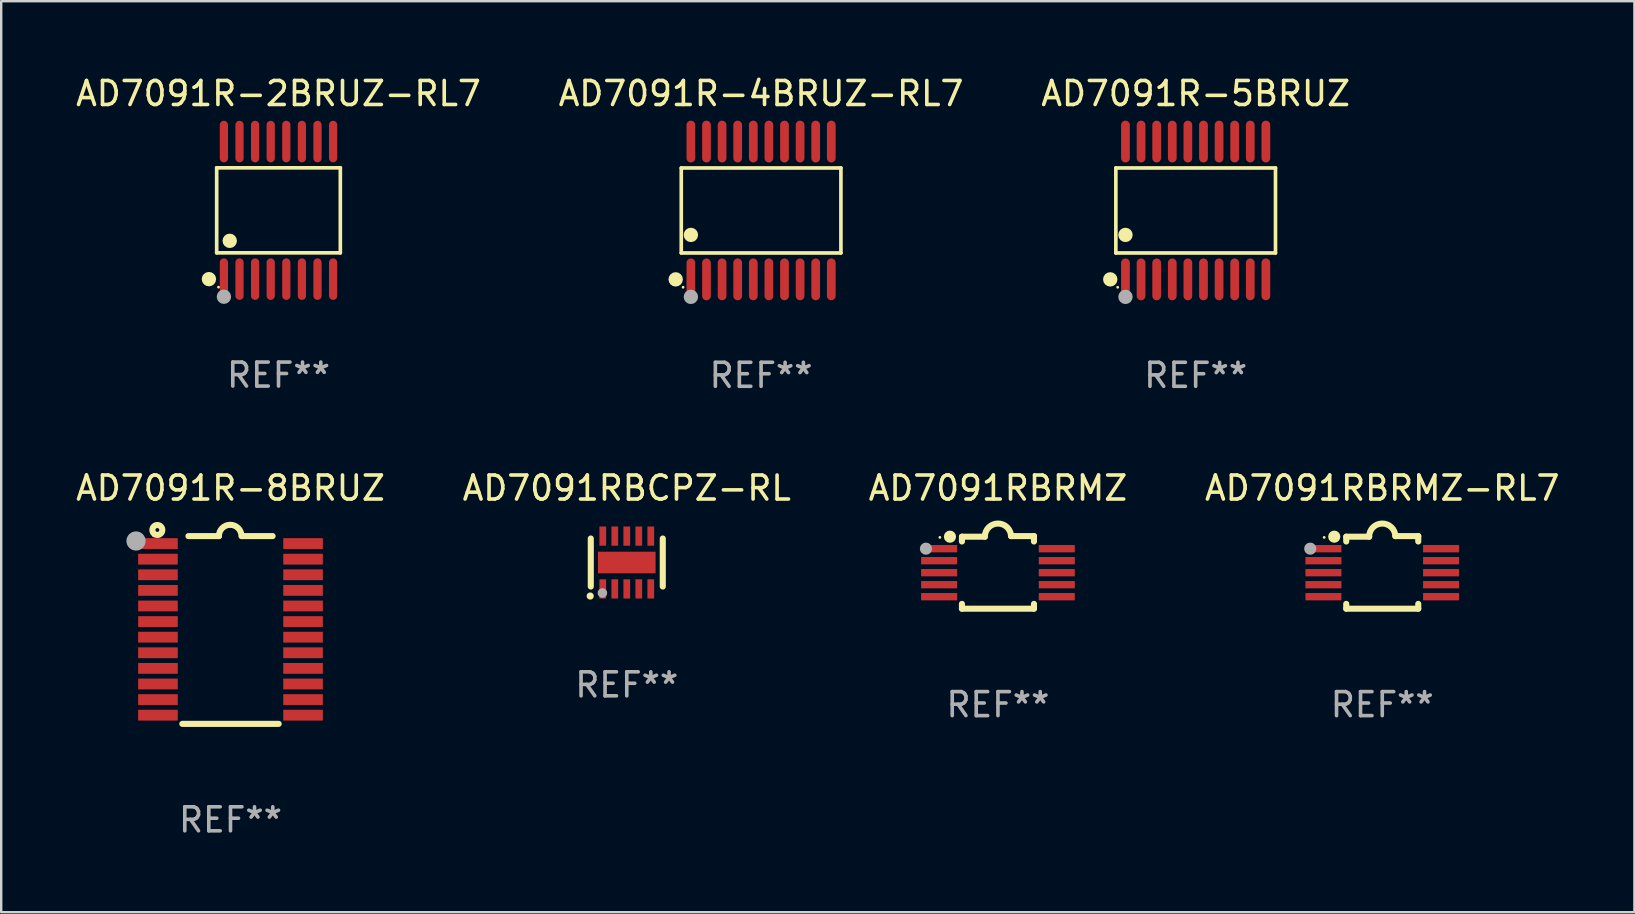
<source format=kicad_pcb>
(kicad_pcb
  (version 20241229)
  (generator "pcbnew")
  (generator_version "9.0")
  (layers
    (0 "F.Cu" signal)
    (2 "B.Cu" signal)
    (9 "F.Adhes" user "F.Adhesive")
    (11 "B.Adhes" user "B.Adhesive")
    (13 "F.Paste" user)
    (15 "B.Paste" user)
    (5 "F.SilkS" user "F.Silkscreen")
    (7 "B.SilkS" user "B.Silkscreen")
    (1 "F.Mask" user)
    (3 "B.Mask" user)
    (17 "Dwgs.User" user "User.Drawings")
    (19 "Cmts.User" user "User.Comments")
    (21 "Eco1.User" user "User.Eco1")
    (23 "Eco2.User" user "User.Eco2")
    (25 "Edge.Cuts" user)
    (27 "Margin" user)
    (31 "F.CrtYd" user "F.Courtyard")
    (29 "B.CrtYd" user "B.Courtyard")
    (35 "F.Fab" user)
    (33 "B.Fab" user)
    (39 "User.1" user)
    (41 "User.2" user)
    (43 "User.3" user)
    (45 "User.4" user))
  (footprint "AD7091R-5BRUZ"
    (layer "F.Cu")
    (at 46.768 5.719)
    (property "Reference" "AD7091R-5BRUZ" (at 0 -4.871 0) (layer "F.SilkS") (effects (font (size 1 1) (thickness 0.15))))
    (attr through_hole)
    (fp_line (start -3.326 -1.771) (end 3.326 -1.771) (stroke (width 0.152) (type solid)) (layer "F.SilkS"))
    (fp_line (start -3.326 1.771) (end -3.326 -1.771) (stroke (width 0.152) (type solid)) (layer "F.SilkS"))
    (fp_line (start 3.326 -1.771) (end 3.326 1.771) (stroke (width 0.152) (type solid)) (layer "F.SilkS"))
    (fp_line (start 3.326 1.771) (end -3.326 1.771) (stroke (width 0.152) (type solid)) (layer "F.SilkS"))
    (fp_circle (center -3.559 2.871) (end -3.409 2.871) (stroke (width 0.3) (type solid)) (fill no) (layer "F.SilkS"))
    (fp_circle (center -3.25 3.2) (end -3.22 3.2) (stroke (width 0.06) (type solid)) (fill no) (layer "F.SilkS"))
    (fp_circle (center -2.925 1.019) (end -2.775 1.019) (stroke (width 0.3) (type solid)) (fill no) (layer "F.SilkS"))
    (fp_circle (center -2.925 3.6) (end -2.775 3.6) (stroke (width 0.3) (type solid)) (fill no) (layer "F.Fab"))
    (fp_text user "REF**" (at 0 6.871 0) (layer "F.Fab") (effects (font (size 1 1) (thickness 0.15))))
    (pad "1" smd oval (at -2.925 2.871) (size 0.364 1.742) (layers "F.Cu" "F.Mask" "F.Paste"))
    (pad "2" smd oval (at -2.275 2.871) (size 0.364 1.742) (layers "F.Cu" "F.Mask" "F.Paste"))
    (pad "3" smd oval (at -1.625 2.871) (size 0.364 1.742) (layers "F.Cu" "F.Mask" "F.Paste"))
    (pad "4" smd oval (at -0.975 2.871) (size 0.364 1.742) (layers "F.Cu" "F.Mask" "F.Paste"))
    (pad "5" smd oval (at -0.325 2.871) (size 0.364 1.742) (layers "F.Cu" "F.Mask" "F.Paste"))
    (pad "6" smd oval (at 0.325 2.871) (size 0.364 1.742) (layers "F.Cu" "F.Mask" "F.Paste"))
    (pad "7" smd oval (at 0.975 2.871) (size 0.364 1.742) (layers "F.Cu" "F.Mask" "F.Paste"))
    (pad "8" smd oval (at 1.625 2.871) (size 0.364 1.742) (layers "F.Cu" "F.Mask" "F.Paste"))
    (pad "9" smd oval (at 2.275 2.871) (size 0.364 1.742) (layers "F.Cu" "F.Mask" "F.Paste"))
    (pad "10" smd oval (at 2.925 2.871) (size 0.364 1.742) (layers "F.Cu" "F.Mask" "F.Paste"))
    (pad "11" smd oval (at 2.925 -2.871) (size 0.364 1.742) (layers "F.Cu" "F.Mask" "F.Paste"))
    (pad "12" smd oval (at 2.275 -2.871) (size 0.364 1.742) (layers "F.Cu" "F.Mask" "F.Paste"))
    (pad "13" smd oval (at 1.625 -2.871) (size 0.364 1.742) (layers "F.Cu" "F.Mask" "F.Paste"))
    (pad "14" smd oval (at 0.975 -2.871) (size 0.364 1.742) (layers "F.Cu" "F.Mask" "F.Paste"))
    (pad "15" smd oval (at 0.325 -2.871) (size 0.364 1.742) (layers "F.Cu" "F.Mask" "F.Paste"))
    (pad "16" smd oval (at -0.325 -2.871) (size 0.364 1.742) (layers "F.Cu" "F.Mask" "F.Paste"))
    (pad "17" smd oval (at -0.975 -2.871) (size 0.364 1.742) (layers "F.Cu" "F.Mask" "F.Paste"))
    (pad "18" smd oval (at -1.625 -2.871) (size 0.364 1.742) (layers "F.Cu" "F.Mask" "F.Paste"))
    (pad "19" smd oval (at -2.275 -2.871) (size 0.364 1.742) (layers "F.Cu" "F.Mask" "F.Paste"))
    (pad "20" smd oval (at -2.925 -2.871) (size 0.364 1.742) (layers "F.Cu" "F.Mask" "F.Paste")))
  (footprint "AD7091R-4BRUZ-RL7"
    (layer "F.Cu")
    (at 28.661 5.719)
    (property "Reference" "AD7091R-4BRUZ-RL7" (at 0 -4.871 0) (layer "F.SilkS") (effects (font (size 1 1) (thickness 0.15))))
    (attr through_hole)
    (fp_line (start -3.326 -1.771) (end 3.326 -1.771) (stroke (width 0.152) (type solid)) (layer "F.SilkS"))
    (fp_line (start -3.326 1.771) (end -3.326 -1.771) (stroke (width 0.152) (type solid)) (layer "F.SilkS"))
    (fp_line (start 3.326 -1.771) (end 3.326 1.771) (stroke (width 0.152) (type solid)) (layer "F.SilkS"))
    (fp_line (start 3.326 1.771) (end -3.326 1.771) (stroke (width 0.152) (type solid)) (layer "F.SilkS"))
    (fp_circle (center -3.559 2.871) (end -3.409 2.871) (stroke (width 0.3) (type solid)) (fill no) (layer "F.SilkS"))
    (fp_circle (center -3.25 3.2) (end -3.22 3.2) (stroke (width 0.06) (type solid)) (fill no) (layer "F.SilkS"))
    (fp_circle (center -2.925 1.019) (end -2.775 1.019) (stroke (width 0.3) (type solid)) (fill no) (layer "F.SilkS"))
    (fp_circle (center -2.925 3.6) (end -2.775 3.6) (stroke (width 0.3) (type solid)) (fill no) (layer "F.Fab"))
    (fp_text user "REF**" (at 0 6.871 0) (layer "F.Fab") (effects (font (size 1 1) (thickness 0.15))))
    (pad "1" smd oval (at -2.925 2.871) (size 0.364 1.742) (layers "F.Cu" "F.Mask" "F.Paste"))
    (pad "2" smd oval (at -2.275 2.871) (size 0.364 1.742) (layers "F.Cu" "F.Mask" "F.Paste"))
    (pad "3" smd oval (at -1.625 2.871) (size 0.364 1.742) (layers "F.Cu" "F.Mask" "F.Paste"))
    (pad "4" smd oval (at -0.975 2.871) (size 0.364 1.742) (layers "F.Cu" "F.Mask" "F.Paste"))
    (pad "5" smd oval (at -0.325 2.871) (size 0.364 1.742) (layers "F.Cu" "F.Mask" "F.Paste"))
    (pad "6" smd oval (at 0.325 2.871) (size 0.364 1.742) (layers "F.Cu" "F.Mask" "F.Paste"))
    (pad "7" smd oval (at 0.975 2.871) (size 0.364 1.742) (layers "F.Cu" "F.Mask" "F.Paste"))
    (pad "8" smd oval (at 1.625 2.871) (size 0.364 1.742) (layers "F.Cu" "F.Mask" "F.Paste"))
    (pad "9" smd oval (at 2.275 2.871) (size 0.364 1.742) (layers "F.Cu" "F.Mask" "F.Paste"))
    (pad "10" smd oval (at 2.925 2.871) (size 0.364 1.742) (layers "F.Cu" "F.Mask" "F.Paste"))
    (pad "11" smd oval (at 2.925 -2.871) (size 0.364 1.742) (layers "F.Cu" "F.Mask" "F.Paste"))
    (pad "12" smd oval (at 2.275 -2.871) (size 0.364 1.742) (layers "F.Cu" "F.Mask" "F.Paste"))
    (pad "13" smd oval (at 1.625 -2.871) (size 0.364 1.742) (layers "F.Cu" "F.Mask" "F.Paste"))
    (pad "14" smd oval (at 0.975 -2.871) (size 0.364 1.742) (layers "F.Cu" "F.Mask" "F.Paste"))
    (pad "15" smd oval (at 0.325 -2.871) (size 0.364 1.742) (layers "F.Cu" "F.Mask" "F.Paste"))
    (pad "16" smd oval (at -0.325 -2.871) (size 0.364 1.742) (layers "F.Cu" "F.Mask" "F.Paste"))
    (pad "17" smd oval (at -0.975 -2.871) (size 0.364 1.742) (layers "F.Cu" "F.Mask" "F.Paste"))
    (pad "18" smd oval (at -1.625 -2.871) (size 0.364 1.742) (layers "F.Cu" "F.Mask" "F.Paste"))
    (pad "19" smd oval (at -2.275 -2.871) (size 0.364 1.742) (layers "F.Cu" "F.Mask" "F.Paste"))
    (pad "20" smd oval (at -2.925 -2.871) (size 0.364 1.742) (layers "F.Cu" "F.Mask" "F.Paste")))
  (footprint "AD7091R-8BRUZ"
    (layer "F.Cu")
    (at 6.554 23.198)
    (property "Reference" "AD7091R-8BRUZ" (at 0 -5.912 0) (layer "F.SilkS") (effects (font (size 1 1) (thickness 0.15))))
    (attr through_hole)
    (fp_line (start -1.753 -3.912) (end -0.483 -3.912) (stroke (width 0.254) (type solid)) (layer "F.SilkS"))
    (fp_line (start 0.483 -3.912) (end 1.753 -3.912) (stroke (width 0.254) (type solid)) (layer "F.SilkS"))
    (fp_line (start 2.007 3.912) (end -2.007 3.912) (stroke (width 0.254) (type solid)) (layer "F.SilkS"))
    (fp_arc (start -0.482626 -3.911608) (mid -0.012725 -4.381509) (end 0.457176 -3.911608) (stroke (width 0.254001) (type solid)) (layer "F.SilkS"))
    (fp_circle (center -3.2 -3.925) (end -3.17 -3.925) (stroke (width 0.06) (type solid)) (fill no) (layer "F.SilkS"))
    (fp_circle (center -3.048 -4.166) (end -2.968 -4.166) (stroke (width 0.254) (type solid)) (fill no) (layer "F.SilkS"))
    (fp_circle (center -3.937 -3.708) (end -3.737 -3.708) (stroke (width 0.4) (type solid)) (fill no) (layer "F.Fab"))
    (fp_text user "REF**" (at 0 7.912 0) (layer "F.Fab") (effects (font (size 1 1) (thickness 0.15))))
    (pad "1" smd rect (at -3.023 -3.6) (size 1.65 0.45) (layers "F.Cu" "F.Mask" "F.Paste"))
    (pad "2" smd rect (at -3.023 -2.95) (size 1.65 0.45) (layers "F.Cu" "F.Mask" "F.Paste"))
    (pad "3" smd rect (at -3.023 -2.3) (size 1.65 0.45) (layers "F.Cu" "F.Mask" "F.Paste"))
    (pad "4" smd rect (at -3.023 -1.65) (size 1.65 0.45) (layers "F.Cu" "F.Mask" "F.Paste"))
    (pad "5" smd rect (at -3.023 -1) (size 1.65 0.45) (layers "F.Cu" "F.Mask" "F.Paste"))
    (pad "6" smd rect (at -3.023 -0.35) (size 1.65 0.45) (layers "F.Cu" "F.Mask" "F.Paste"))
    (pad "7" smd rect (at -3.023 0.3) (size 1.65 0.45) (layers "F.Cu" "F.Mask" "F.Paste"))
    (pad "8" smd rect (at -3.023 0.95) (size 1.65 0.45) (layers "F.Cu" "F.Mask" "F.Paste"))
    (pad "9" smd rect (at -3.023 1.6) (size 1.65 0.45) (layers "F.Cu" "F.Mask" "F.Paste"))
    (pad "10" smd rect (at -3.023 2.25) (size 1.65 0.45) (layers "F.Cu" "F.Mask" "F.Paste"))
    (pad "11" smd rect (at -3.023 2.9) (size 1.65 0.45) (layers "F.Cu" "F.Mask" "F.Paste"))
    (pad "12" smd rect (at -3.023 3.55) (size 1.65 0.45) (layers "F.Cu" "F.Mask" "F.Paste"))
    (pad "13" smd rect (at 3.023 3.55) (size 1.65 0.45) (layers "F.Cu" "F.Mask" "F.Paste"))
    (pad "14" smd rect (at 3.023 2.9) (size 1.65 0.45) (layers "F.Cu" "F.Mask" "F.Paste"))
    (pad "15" smd rect (at 3.023 2.25) (size 1.65 0.45) (layers "F.Cu" "F.Mask" "F.Paste"))
    (pad "16" smd rect (at 3.023 1.6) (size 1.65 0.45) (layers "F.Cu" "F.Mask" "F.Paste"))
    (pad "17" smd rect (at 3.023 0.95) (size 1.65 0.45) (layers "F.Cu" "F.Mask" "F.Paste"))
    (pad "18" smd rect (at 3.023 0.3) (size 1.65 0.45) (layers "F.Cu" "F.Mask" "F.Paste"))
    (pad "19" smd rect (at 3.023 -0.35) (size 1.65 0.45) (layers "F.Cu" "F.Mask" "F.Paste"))
    (pad "20" smd rect (at 3.023 -1) (size 1.65 0.45) (layers "F.Cu" "F.Mask" "F.Paste"))
    (pad "21" smd rect (at 3.023 -1.65) (size 1.65 0.45) (layers "F.Cu" "F.Mask" "F.Paste"))
    (pad "22" smd rect (at 3.023 -2.3) (size 1.65 0.45) (layers "F.Cu" "F.Mask" "F.Paste"))
    (pad "23" smd rect (at 3.023 -2.95) (size 1.65 0.45) (layers "F.Cu" "F.Mask" "F.Paste"))
    (pad "24" smd rect (at 3.023 -3.6) (size 1.65 0.45) (layers "F.Cu" "F.Mask" "F.Paste")))
  (footprint "AD7091RBCPZ-RL"
    (layer "F.Cu")
    (at 23.065 20.387)
    (property "Reference" "AD7091RBCPZ-RL" (at 0 -3.1 0) (layer "F.SilkS") (effects (font (size 1 1) (thickness 0.15))))
    (attr through_hole)
    (fp_line (start -1.5 -1) (end -1.5 1) (stroke (width 0.254) (type solid)) (layer "F.SilkS"))
    (fp_line (start 1.5 -1) (end 1.5 1) (stroke (width 0.254) (type solid)) (layer "F.SilkS"))
    (fp_circle (center -1.524 1.397) (end -1.449 1.397) (stroke (width 0.15) (type solid)) (fill no) (layer "F.SilkS"))
    (fp_circle (center -1.5 1) (end -1.47 1) (stroke (width 0.06) (type solid)) (fill no) (layer "F.SilkS"))
    (fp_circle (center -1.016 1.27) (end -0.916 1.27) (stroke (width 0.2) (type solid)) (fill no) (layer "F.Fab"))
    (fp_text user "REF**" (at 0 5.1 0) (layer "F.Fab") (effects (font (size 1 1) (thickness 0.15))))
    (pad "1" smd rect (at -1 1.1) (size 0.28 0.8) (layers "F.Cu" "F.Mask" "F.Paste"))
    (pad "2" smd rect (at -0.5 1.1) (size 0.28 0.8) (layers "F.Cu" "F.Mask" "F.Paste"))
    (pad "3" smd rect (at 0 1.1) (size 0.28 0.8) (layers "F.Cu" "F.Mask" "F.Paste"))
    (pad "4" smd rect (at 0.5 1.1) (size 0.28 0.8) (layers "F.Cu" "F.Mask" "F.Paste"))
    (pad "5" smd rect (at 1 1.1) (size 0.28 0.8) (layers "F.Cu" "F.Mask" "F.Paste"))
    (pad "6" smd rect (at 1 -1.1) (size 0.28 0.8) (layers "F.Cu" "F.Mask" "F.Paste"))
    (pad "7" smd rect (at 0.5 -1.1) (size 0.28 0.8) (layers "F.Cu" "F.Mask" "F.Paste"))
    (pad "8" smd rect (at 0 -1.1) (size 0.28 0.8) (layers "F.Cu" "F.Mask" "F.Paste"))
    (pad "9" smd rect (at -0.5 -1.1) (size 0.28 0.8) (layers "F.Cu" "F.Mask" "F.Paste"))
    (pad "10" smd rect (at -1 -1.1) (size 0.28 0.8) (layers "F.Cu" "F.Mask" "F.Paste"))
    (pad "11" smd rect (at 0 -0.000127) (size 2.4 0.9) (layers "F.Cu" "F.Mask" "F.Paste")))
  (footprint "AD7091RBRMZ"
    (layer "F.Cu")
    (at 38.53 20.799)
    (property "Reference" "AD7091RBRMZ" (at 0 -3.512 0) (layer "F.SilkS") (effects (font (size 1 1) (thickness 0.15))))
    (attr through_hole)
    (fp_line (start -1.5 -1.288) (end -1.5 -1.487) (stroke (width 0.254) (type solid)) (layer "F.SilkS"))
    (fp_line (start -1.5 1.512) (end -1.5 1.312) (stroke (width 0.254) (type solid)) (layer "F.SilkS"))
    (fp_line (start -0.546 -1.487) (end -1.5 -1.487) (stroke (width 0.254) (type solid)) (layer "F.SilkS"))
    (fp_line (start 1.5 -1.512) (end 0.546 -1.512) (stroke (width 0.254) (type solid)) (layer "F.SilkS"))
    (fp_line (start 1.5 -1.288) (end 1.5 -1.512) (stroke (width 0.254) (type solid)) (layer "F.SilkS"))
    (fp_line (start 1.5 1.512) (end -1.5 1.512) (stroke (width 0.254) (type solid)) (layer "F.SilkS"))
    (fp_line (start 1.5 1.512) (end 1.5 1.312) (stroke (width 0.254) (type solid)) (layer "F.SilkS"))
    (fp_arc (start -0.546151 -1.486601) (mid -0.01246 -2.032889) (end 0.54605 -1.512002) (stroke (width 0.254001) (type solid)) (layer "F.SilkS"))
    (fp_circle (center -2.42 -1.458) (end -2.39 -1.458) (stroke (width 0.06) (type solid)) (fill no) (layer "F.SilkS"))
    (fp_circle (center -2 -1.488) (end -1.873 -1.488) (stroke (width 0.254) (type solid)) (fill no) (layer "F.SilkS"))
    (fp_circle (center -3 -0.988) (end -2.873 -0.988) (stroke (width 0.254) (type solid)) (fill no) (layer "F.Fab"))
    (fp_text user "REF**" (at 0 5.512 0) (layer "F.Fab") (effects (font (size 1 1) (thickness 0.15))))
    (pad "1" smd rect (at -2.451 -0.988) (size 1.5 0.305) (layers "F.Cu" "F.Mask" "F.Paste"))
    (pad "2" smd rect (at -2.451 -0.488) (size 1.5 0.305) (layers "F.Cu" "F.Mask" "F.Paste"))
    (pad "3" smd rect (at -2.451 0.012) (size 1.5 0.305) (layers "F.Cu" "F.Mask" "F.Paste"))
    (pad "4" smd rect (at -2.451 0.512) (size 1.5 0.305) (layers "F.Cu" "F.Mask" "F.Paste"))
    (pad "5" smd rect (at -2.451 1.012) (size 1.5 0.305) (layers "F.Cu" "F.Mask" "F.Paste"))
    (pad "6" smd rect (at 2.451 1.012) (size 1.5 0.305) (layers "F.Cu" "F.Mask" "F.Paste"))
    (pad "7" smd rect (at 2.451 0.512) (size 1.5 0.305) (layers "F.Cu" "F.Mask" "F.Paste"))
    (pad "8" smd rect (at 2.451 0.012) (size 1.5 0.305) (layers "F.Cu" "F.Mask" "F.Paste"))
    (pad "9" smd rect (at 2.451 -0.488) (size 1.5 0.305) (layers "F.Cu" "F.Mask" "F.Paste"))
    (pad "10" smd rect (at 2.451 -0.988) (size 1.5 0.305) (layers "F.Cu" "F.Mask" "F.Paste")))
  (footprint "AD7091RBRMZ-RL7"
    (layer "F.Cu")
    (at 54.542 20.799)
    (property "Reference" "AD7091RBRMZ-RL7" (at 0 -3.512 0) (layer "F.SilkS") (effects (font (size 1 1) (thickness 0.15))))
    (attr through_hole)
    (fp_line (start -1.5 -1.288) (end -1.5 -1.487) (stroke (width 0.254) (type solid)) (layer "F.SilkS"))
    (fp_line (start -1.5 1.512) (end -1.5 1.312) (stroke (width 0.254) (type solid)) (layer "F.SilkS"))
    (fp_line (start -0.546 -1.487) (end -1.5 -1.487) (stroke (width 0.254) (type solid)) (layer "F.SilkS"))
    (fp_line (start 1.5 -1.512) (end 0.546 -1.512) (stroke (width 0.254) (type solid)) (layer "F.SilkS"))
    (fp_line (start 1.5 -1.288) (end 1.5 -1.512) (stroke (width 0.254) (type solid)) (layer "F.SilkS"))
    (fp_line (start 1.5 1.512) (end -1.5 1.512) (stroke (width 0.254) (type solid)) (layer "F.SilkS"))
    (fp_line (start 1.5 1.512) (end 1.5 1.312) (stroke (width 0.254) (type solid)) (layer "F.SilkS"))
    (fp_arc (start -0.546151 -1.486601) (mid -0.01246 -2.032889) (end 0.54605 -1.512002) (stroke (width 0.254001) (type solid)) (layer "F.SilkS"))
    (fp_circle (center -2.42 -1.458) (end -2.39 -1.458) (stroke (width 0.06) (type solid)) (fill no) (layer "F.SilkS"))
    (fp_circle (center -2 -1.488) (end -1.873 -1.488) (stroke (width 0.254) (type solid)) (fill no) (layer "F.SilkS"))
    (fp_circle (center -3 -0.988) (end -2.873 -0.988) (stroke (width 0.254) (type solid)) (fill no) (layer "F.Fab"))
    (fp_text user "REF**" (at 0 5.512 0) (layer "F.Fab") (effects (font (size 1 1) (thickness 0.15))))
    (pad "1" smd rect (at -2.451 -0.988) (size 1.5 0.305) (layers "F.Cu" "F.Mask" "F.Paste"))
    (pad "2" smd rect (at -2.451 -0.488) (size 1.5 0.305) (layers "F.Cu" "F.Mask" "F.Paste"))
    (pad "3" smd rect (at -2.451 0.012) (size 1.5 0.305) (layers "F.Cu" "F.Mask" "F.Paste"))
    (pad "4" smd rect (at -2.451 0.512) (size 1.5 0.305) (layers "F.Cu" "F.Mask" "F.Paste"))
    (pad "5" smd rect (at -2.451 1.012) (size 1.5 0.305) (layers "F.Cu" "F.Mask" "F.Paste"))
    (pad "6" smd rect (at 2.451 1.012) (size 1.5 0.305) (layers "F.Cu" "F.Mask" "F.Paste"))
    (pad "7" smd rect (at 2.451 0.512) (size 1.5 0.305) (layers "F.Cu" "F.Mask" "F.Paste"))
    (pad "8" smd rect (at 2.451 0.012) (size 1.5 0.305) (layers "F.Cu" "F.Mask" "F.Paste"))
    (pad "9" smd rect (at 2.451 -0.488) (size 1.5 0.305) (layers "F.Cu" "F.Mask" "F.Paste"))
    (pad "10" smd rect (at 2.451 -0.988) (size 1.5 0.305) (layers "F.Cu" "F.Mask" "F.Paste")))
  (footprint "AD7091R-2BRUZ-RL7"
    (layer "F.Cu")
    (at 8.554 5.714)
    (property "Reference" "AD7091R-2BRUZ-RL7" (at 0 -4.866 0) (layer "F.SilkS") (effects (font (size 1 1) (thickness 0.15))))
    (attr through_hole)
    (fp_line (start -2.576 -1.772) (end 2.576 -1.772) (stroke (width 0.152) (type solid)) (layer "F.SilkS"))
    (fp_line (start -2.576 1.771) (end -2.576 -1.772) (stroke (width 0.152) (type solid)) (layer "F.SilkS"))
    (fp_line (start 2.576 -1.772) (end 2.576 1.771) (stroke (width 0.152) (type solid)) (layer "F.SilkS"))
    (fp_line (start 2.576 1.771) (end -2.576 1.771) (stroke (width 0.152) (type solid)) (layer "F.SilkS"))
    (fp_circle (center -2.899 2.866) (end -2.749 2.866) (stroke (width 0.3) (type solid)) (fill no) (layer "F.SilkS"))
    (fp_circle (center -2.5 3.2) (end -2.47 3.2) (stroke (width 0.06) (type solid)) (fill no) (layer "F.SilkS"))
    (fp_circle (center -2.032 1.27) (end -1.882 1.27) (stroke (width 0.3) (type solid)) (fill no) (layer "F.SilkS"))
    (fp_circle (center -2.275 3.6) (end -2.125 3.6) (stroke (width 0.3) (type solid)) (fill no) (layer "F.Fab"))
    (fp_text user "REF**" (at 0 6.866 0) (layer "F.Fab") (effects (font (size 1 1) (thickness 0.15))))
    (pad "1" smd oval (at -2.275 2.866) (size 0.343 1.731) (layers "F.Cu" "F.Mask" "F.Paste"))
    (pad "2" smd oval (at -1.625 2.866) (size 0.343 1.731) (layers "F.Cu" "F.Mask" "F.Paste"))
    (pad "3" smd oval (at -0.975 2.866) (size 0.343 1.731) (layers "F.Cu" "F.Mask" "F.Paste"))
    (pad "4" smd oval (at -0.325 2.866) (size 0.343 1.731) (layers "F.Cu" "F.Mask" "F.Paste"))
    (pad "5" smd oval (at 0.325 2.866) (size 0.343 1.731) (layers "F.Cu" "F.Mask" "F.Paste"))
    (pad "6" smd oval (at 0.975 2.866) (size 0.343 1.731) (layers "F.Cu" "F.Mask" "F.Paste"))
    (pad "7" smd oval (at 1.625 2.866) (size 0.343 1.731) (layers "F.Cu" "F.Mask" "F.Paste"))
    (pad "8" smd oval (at 2.275 2.866) (size 0.343 1.731) (layers "F.Cu" "F.Mask" "F.Paste"))
    (pad "9" smd oval (at 2.275 -2.866) (size 0.343 1.731) (layers "F.Cu" "F.Mask" "F.Paste"))
    (pad "10" smd oval (at 1.625 -2.866) (size 0.343 1.731) (layers "F.Cu" "F.Mask" "F.Paste"))
    (pad "11" smd oval (at 0.975 -2.866) (size 0.343 1.731) (layers "F.Cu" "F.Mask" "F.Paste"))
    (pad "12" smd oval (at 0.325 -2.866) (size 0.343 1.731) (layers "F.Cu" "F.Mask" "F.Paste"))
    (pad "13" smd oval (at -0.325 -2.866) (size 0.343 1.731) (layers "F.Cu" "F.Mask" "F.Paste"))
    (pad "14" smd oval (at -0.975 -2.866) (size 0.343 1.731) (layers "F.Cu" "F.Mask" "F.Paste"))
    (pad "15" smd oval (at -1.625 -2.866) (size 0.343 1.731) (layers "F.Cu" "F.Mask" "F.Paste"))
    (pad "16" smd oval (at -2.275 -2.866) (size 0.343 1.731) (layers "F.Cu" "F.Mask" "F.Paste")))
  (gr_rect
    (start -3 -3)
    (end 65.048 34.958)
    (stroke (width 0.1) (type default))
    (fill no)
    (layer "Edge.Cuts")))
</source>
